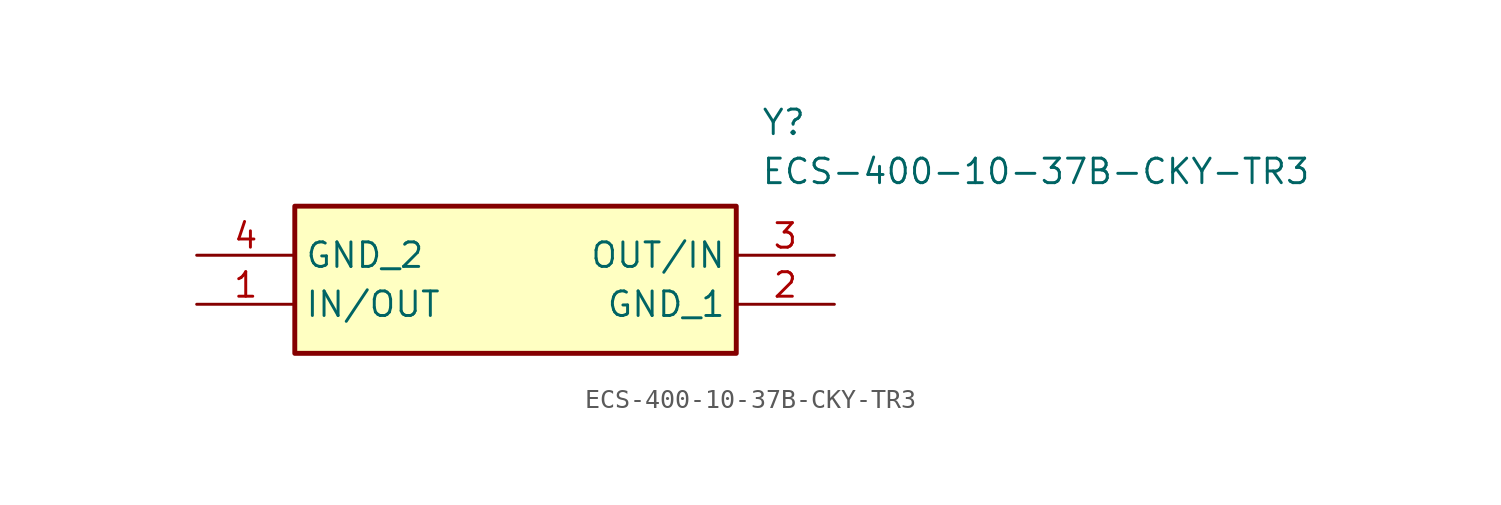
<source format=kicad_sym>
(kicad_symbol_lib
  (version 20211014)
  (generator SamacSys_ECAD_Model)
  (symbol "ECS-400-10-37B-CKY-TR3"
    (property "Reference" "Y"
      (at 29.21 7.62 0)
      (effects (font (size 1.27 1.27)) (justify left top)))
    (property "Value" "ECS-400-10-37B-CKY-TR3"
      (at 29.21 5.08 0)
      (effects (font (size 1.27 1.27)) (justify left top)))
    (rectangle
      (start 5.08 2.54)
      (end 27.94 -5.08)
      (stroke (width 0.254) (type default))
      (fill (type background)))
    (pin passive line
      (at 0 -2.54 0)
      (length 5.08)
      (name "IN/OUT" (effects (font (size 1.27 1.27))))
      (number "1" (effects (font (size 1.27 1.27)))))
    (pin passive line
      (at 33.02 -2.54 180)
      (length 5.08)
      (name "GND_1" (effects (font (size 1.27 1.27))))
      (number "2" (effects (font (size 1.27 1.27)))))
    (pin passive line
      (at 33.02 0 180)
      (length 5.08)
      (name "OUT/IN" (effects (font (size 1.27 1.27))))
      (number "3" (effects (font (size 1.27 1.27)))))
    (pin passive line
      (at 0 0 0)
      (length 5.08)
      (name "GND_2" (effects (font (size 1.27 1.27))))
      (number "4" (effects (font (size 1.27 1.27)))))))
</source>
